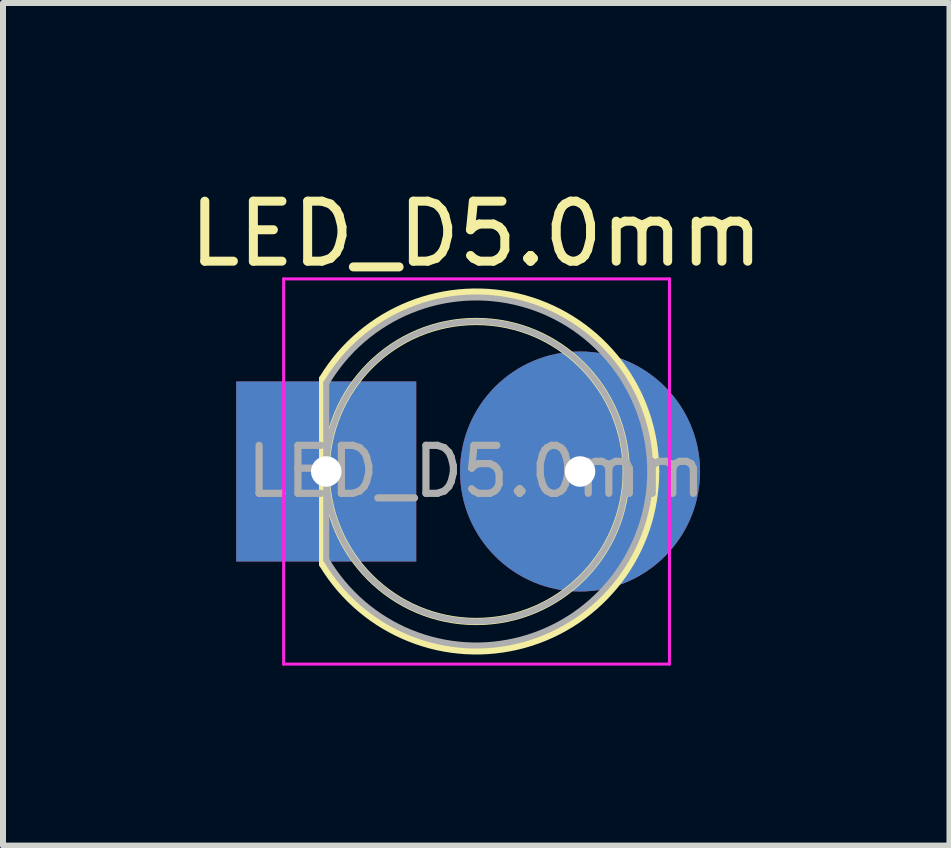
<source format=kicad_pcb>
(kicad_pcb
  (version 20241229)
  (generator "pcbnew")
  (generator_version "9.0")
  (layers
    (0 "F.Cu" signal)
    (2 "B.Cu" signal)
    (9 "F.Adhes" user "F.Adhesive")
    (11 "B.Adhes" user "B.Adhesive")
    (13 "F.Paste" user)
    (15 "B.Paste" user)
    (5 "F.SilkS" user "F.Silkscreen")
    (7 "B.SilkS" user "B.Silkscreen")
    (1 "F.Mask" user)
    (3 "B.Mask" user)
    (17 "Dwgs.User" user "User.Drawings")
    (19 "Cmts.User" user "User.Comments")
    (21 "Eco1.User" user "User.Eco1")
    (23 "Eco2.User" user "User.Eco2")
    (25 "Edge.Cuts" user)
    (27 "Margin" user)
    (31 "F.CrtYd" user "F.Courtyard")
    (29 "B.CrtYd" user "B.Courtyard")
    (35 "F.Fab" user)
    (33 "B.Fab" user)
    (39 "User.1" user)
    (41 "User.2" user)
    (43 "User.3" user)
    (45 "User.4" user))
  (footprint "LED_D5.0mm"
    (layer "F.Cu")
    (at 3.617 4.808)
    (property "Reference" "LED_D5.0mm" (at 1.27 -3.96 0) (layer "F.SilkS") (effects (font (size 1 1) (thickness 0.15))))
    (attr through_hole)
    (fp_line (start -1.29 -1.545) (end -1.29 1.545) (stroke (width 0.12) (type solid)) (layer "F.SilkS"))
    (fp_arc (start -1.29 -1.54483) (mid 2.071756 -2.880501) (end 4.26 -0.000048) (stroke (width 0.12) (type solid)) (layer "F.SilkS"))
    (fp_arc (start 4.26 0.000048) (mid 2.071756 2.880501) (end -1.29 1.54483) (stroke (width 0.12) (type solid)) (layer "F.SilkS"))
    (fp_circle (center 1.27 0) (end 3.77 0) (stroke (width 0.12) (type solid)) (fill no) (layer "F.SilkS"))
    (fp_line (start -1.94 -3.21) (end -1.94 3.21) (stroke (width 0.05) (type solid)) (layer "F.CrtYd"))
    (fp_line (start -1.94 3.21) (end 4.49 3.21) (stroke (width 0.05) (type solid)) (layer "F.CrtYd"))
    (fp_line (start 4.49 -3.21) (end -1.94 -3.21) (stroke (width 0.05) (type solid)) (layer "F.CrtYd"))
    (fp_line (start 4.49 3.21) (end 4.49 -3.21) (stroke (width 0.05) (type solid)) (layer "F.CrtYd"))
    (fp_line (start -1.23 -1.47) (end -1.23 1.47) (stroke (width 0.1) (type solid)) (layer "F.Fab"))
    (fp_arc (start -1.23 -1.469694) (mid 4.17 -0.000045) (end -1.229954 1.469772) (stroke (width 0.1) (type solid)) (layer "F.Fab"))
    (fp_circle (center 1.27 0) (end 3.77 0) (stroke (width 0.1) (type solid)) (fill no) (layer "F.Fab"))
    (fp_text user "${REFERENCE}" (at 1.27 0 0) (layer "F.Fab") (effects (font (size 0.8 0.8) (thickness 0.12))))
    (pad "1" thru_hole rect (at -1.23 0) (size 3 3) (drill 0.508) (layers "*.Cu" "*.Mask"))
    (pad "2" thru_hole circle (at 3 -0.000048) (size 4 4) (drill 0.508) (layers "*.Cu" "*.Mask")))
  (gr_rect
    (start -3 -3)
    (end 12.774 11.043)
    (stroke (width 0.1) (type default))
    (fill no)
    (layer "Edge.Cuts")))
</source>
